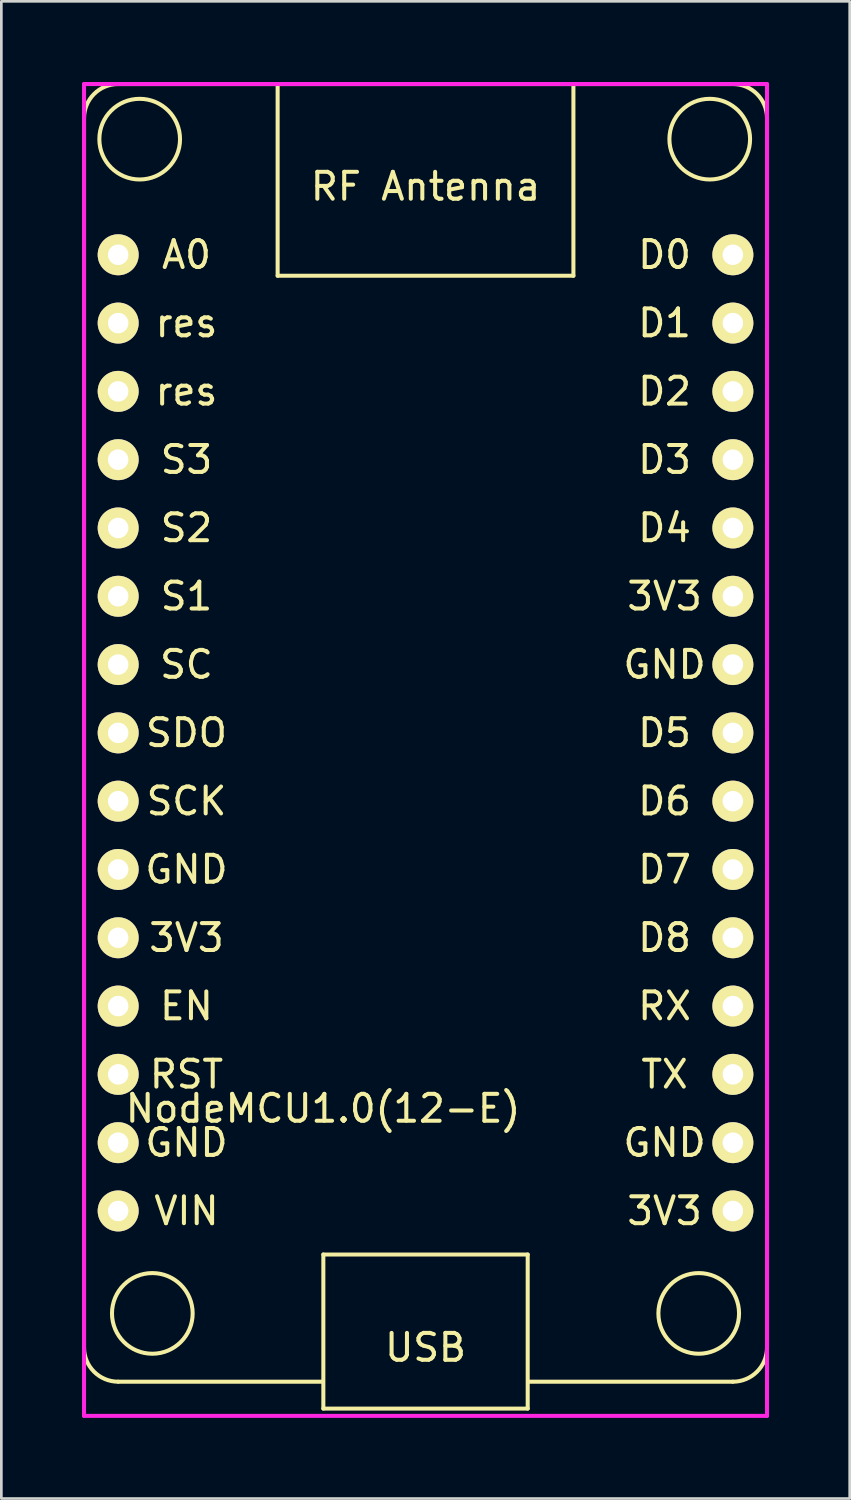
<source format=kicad_pcb>
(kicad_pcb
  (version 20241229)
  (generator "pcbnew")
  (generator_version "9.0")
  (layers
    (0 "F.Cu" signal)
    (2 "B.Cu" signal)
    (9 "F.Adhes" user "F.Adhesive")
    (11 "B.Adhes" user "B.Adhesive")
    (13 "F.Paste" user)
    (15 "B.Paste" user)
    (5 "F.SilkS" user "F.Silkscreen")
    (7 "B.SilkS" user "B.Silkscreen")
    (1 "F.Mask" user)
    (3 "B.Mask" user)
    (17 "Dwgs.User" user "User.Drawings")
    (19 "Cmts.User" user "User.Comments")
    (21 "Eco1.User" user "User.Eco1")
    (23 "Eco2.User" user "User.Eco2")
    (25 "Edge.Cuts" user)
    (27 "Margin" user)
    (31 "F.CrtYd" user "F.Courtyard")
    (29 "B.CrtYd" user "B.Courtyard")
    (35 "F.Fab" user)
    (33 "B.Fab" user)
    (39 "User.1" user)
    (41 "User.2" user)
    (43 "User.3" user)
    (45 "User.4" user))
  (footprint "NodeMCU1.0(12-E)"
    (layer "F.Cu")
    (at 1.345 6.425)
    (property "Reference" "NodeMCU1.0(12-E)" (at 7.62 31.75 0) (layer "F.SilkS") (effects (font (size 1 1) (thickness 0.15))))
    (attr through_hole)
    (fp_line (start -1.27 -5.08) (end -1.27 40.64) (stroke (width 0.15) (type solid)) (layer "F.SilkS"))
    (fp_line (start 5.93 0.78) (end 5.93 -6.35) (stroke (width 0.15) (type solid)) (layer "F.SilkS"))
    (fp_line (start 7.62 41.91) (end 0 41.91) (stroke (width 0.15) (type solid)) (layer "F.SilkS"))
    (fp_line (start 7.63 37.18) (end 15.23 37.18) (stroke (width 0.15) (type solid)) (layer "F.SilkS"))
    (fp_line (start 7.63 42.91) (end 7.63 37.18) (stroke (width 0.15) (type solid)) (layer "F.SilkS"))
    (fp_line (start 15.23 37.18) (end 15.23 42.91) (stroke (width 0.15) (type solid)) (layer "F.SilkS"))
    (fp_line (start 15.23 42.91) (end 7.63 42.91) (stroke (width 0.15) (type solid)) (layer "F.SilkS"))
    (fp_line (start 16.93 -6.35) (end 16.93 0.78) (stroke (width 0.15) (type solid)) (layer "F.SilkS"))
    (fp_line (start 16.93 0.78) (end 5.93 0.78) (stroke (width 0.15) (type solid)) (layer "F.SilkS"))
    (fp_line (start 22.86 -6.35) (end 0 -6.35) (stroke (width 0.15) (type solid)) (layer "F.SilkS"))
    (fp_line (start 22.86 41.91) (end 15.24 41.91) (stroke (width 0.15) (type solid)) (layer "F.SilkS"))
    (fp_line (start 24.13 -5.08) (end 24.13 40.64) (stroke (width 0.15) (type solid)) (layer "F.SilkS"))
    (fp_arc (start -1.27 -5.08) (mid -0.898026 -5.978026) (end 0 -6.35) (stroke (width 0.15) (type solid)) (layer "F.SilkS"))
    (fp_arc (start 0 41.91) (mid -0.898026 41.538026) (end -1.27 40.64) (stroke (width 0.15) (type solid)) (layer "F.SilkS"))
    (fp_arc (start 22.86 -6.35) (mid 23.758026 -5.978026) (end 24.13 -5.08) (stroke (width 0.15) (type solid)) (layer "F.SilkS"))
    (fp_arc (start 24.13 40.64) (mid 23.758026 41.538026) (end 22.86 41.91) (stroke (width 0.15) (type solid)) (layer "F.SilkS"))
    (fp_circle (center 0.8 -4.3) (end 2.3 -4.3) (stroke (width 0.15) (type solid)) (fill no) (layer "F.SilkS"))
    (fp_circle (center 1.27 39.37) (end 2.77 39.37) (stroke (width 0.15) (type solid)) (fill no) (layer "F.SilkS"))
    (fp_circle (center 21.59 39.37) (end 23.09 39.37) (stroke (width 0.15) (type solid)) (fill no) (layer "F.SilkS"))
    (fp_circle (center 22 -4.3) (end 23.5 -4.3) (stroke (width 0.15) (type solid)) (fill no) (layer "F.SilkS"))
    (fp_line (start -1.27 -6.35) (end 24.13 -6.35) (stroke (width 0.15) (type solid)) (layer "F.CrtYd"))
    (fp_line (start -1.27 43.18) (end -1.27 -6.35) (stroke (width 0.15) (type solid)) (layer "F.CrtYd"))
    (fp_line (start 24.13 -6.35) (end 24.13 43.18) (stroke (width 0.15) (type solid)) (layer "F.CrtYd"))
    (fp_line (start 24.13 43.18) (end -1.27 43.18) (stroke (width 0.15) (type solid)) (layer "F.CrtYd"))
    (fp_text user "GND" (at 2.54 22.86 0) (layer "F.SilkS") (effects (font (size 1 1) (thickness 0.15))))
    (fp_text user "D5" (at 20.32 17.78 0) (layer "F.SilkS") (effects (font (size 1 1) (thickness 0.15))))
    (fp_text user "SC" (at 2.54 15.24 0) (layer "F.SilkS") (effects (font (size 1 1) (thickness 0.15))))
    (fp_text user "3V3" (at 20.32 35.56 0) (layer "F.SilkS") (effects (font (size 1 1) (thickness 0.15))))
    (fp_text user "D1" (at 20.32 2.54 0) (layer "F.SilkS") (effects (font (size 1 1) (thickness 0.15))))
    (fp_text user "RX" (at 20.32 27.94 0) (layer "F.SilkS") (effects (font (size 1 1) (thickness 0.15))))
    (fp_text user "3V3" (at 2.54 25.4 0) (layer "F.SilkS") (effects (font (size 1 1) (thickness 0.15))))
    (fp_text user "SDO" (at 2.54 17.78 0) (layer "F.SilkS") (effects (font (size 1 1) (thickness 0.15))))
    (fp_text user "D8" (at 20.32 25.4 0) (layer "F.SilkS") (effects (font (size 1 1) (thickness 0.15))))
    (fp_text user "USB" (at 11.43 40.64 0) (layer "F.SilkS") (effects (font (size 1 1) (thickness 0.15))))
    (fp_text user "D3" (at 20.32 7.62 0) (layer "F.SilkS") (effects (font (size 1 1) (thickness 0.15))))
    (fp_text user "SCK" (at 2.54 20.32 0) (layer "F.SilkS") (effects (font (size 1 1) (thickness 0.15))))
    (fp_text user "TX" (at 20.32 30.48 0) (layer "F.SilkS") (effects (font (size 1 1) (thickness 0.15))))
    (fp_text user "S2" (at 2.54 10.16 0) (layer "F.SilkS") (effects (font (size 1 1) (thickness 0.15))))
    (fp_text user "GND" (at 2.54 33.02 0) (layer "F.SilkS") (effects (font (size 1 1) (thickness 0.15))))
    (fp_text user "D4" (at 20.32 10.16 0) (layer "F.SilkS") (effects (font (size 1 1) (thickness 0.15))))
    (fp_text user "D7" (at 20.32 22.86 0) (layer "F.SilkS") (effects (font (size 1 1) (thickness 0.15))))
    (fp_text user "VIN" (at 2.54 35.56 0) (layer "F.SilkS") (effects (font (size 1 1) (thickness 0.15))))
    (fp_text user "res" (at 2.54 2.54 0) (layer "F.SilkS") (effects (font (size 1 1) (thickness 0.15))))
    (fp_text user "RST" (at 2.54 30.48 0) (layer "F.SilkS") (effects (font (size 1 1) (thickness 0.15))))
    (fp_text user "D0" (at 20.32 0 0) (layer "F.SilkS") (effects (font (size 1 1) (thickness 0.15))))
    (fp_text user "GND" (at 20.32 33.02 0) (layer "F.SilkS") (effects (font (size 1 1) (thickness 0.15))))
    (fp_text user "D6" (at 20.32 20.32 0) (layer "F.SilkS") (effects (font (size 1 1) (thickness 0.15))))
    (fp_text user "EN" (at 2.54 27.94 0) (layer "F.SilkS") (effects (font (size 1 1) (thickness 0.15))))
    (fp_text user "S3" (at 2.54 7.62 0) (layer "F.SilkS") (effects (font (size 1 1) (thickness 0.15))))
    (fp_text user "D2" (at 20.32 5.08 0) (layer "F.SilkS") (effects (font (size 1 1) (thickness 0.15))))
    (fp_text user "3V3" (at 20.32 12.7 0) (layer "F.SilkS") (effects (font (size 1 1) (thickness 0.15))))
    (fp_text user "res" (at 2.54 5.08 0) (layer "F.SilkS") (effects (font (size 1 1) (thickness 0.15))))
    (fp_text user "GND" (at 20.32 15.24 0) (layer "F.SilkS") (effects (font (size 1 1) (thickness 0.15))))
    (fp_text user "A0" (at 2.54 0 0) (layer "F.SilkS") (effects (font (size 1 1) (thickness 0.15))))
    (fp_text user "RF Antenna" (at 11.43 -2.54 0) (layer "F.SilkS") (effects (font (size 1 1) (thickness 0.15))))
    (fp_text user "S1" (at 2.54 12.7 0) (layer "F.SilkS") (effects (font (size 1 1) (thickness 0.15))))
    (pad "1" thru_hole circle (at 0 0) (size 1.524 1.524) (drill 0.762) (layers "*.Cu" "*.Mask" "F.SilkS"))
    (pad "2" thru_hole circle (at 0 2.54) (size 1.524 1.524) (drill 0.762) (layers "*.Cu" "*.Mask" "F.SilkS"))
    (pad "3" thru_hole circle (at 0 5.08) (size 1.524 1.524) (drill 0.762) (layers "*.Cu" "*.Mask" "F.SilkS"))
    (pad "4" thru_hole circle (at 0 7.62) (size 1.524 1.524) (drill 0.762) (layers "*.Cu" "*.Mask" "F.SilkS"))
    (pad "5" thru_hole circle (at 0 10.16) (size 1.524 1.524) (drill 0.762) (layers "*.Cu" "*.Mask" "F.SilkS"))
    (pad "6" thru_hole circle (at 0 12.7) (size 1.524 1.524) (drill 0.762) (layers "*.Cu" "*.Mask" "F.SilkS"))
    (pad "7" thru_hole circle (at 0 15.24) (size 1.524 1.524) (drill 0.762) (layers "*.Cu" "*.Mask" "F.SilkS"))
    (pad "8" thru_hole circle (at 0 17.78) (size 1.524 1.524) (drill 0.762) (layers "*.Cu" "*.Mask" "F.SilkS"))
    (pad "9" thru_hole circle (at 0 20.32) (size 1.524 1.524) (drill 0.762) (layers "*.Cu" "*.Mask" "F.SilkS"))
    (pad "10" thru_hole circle (at 0 22.86) (size 1.524 1.524) (drill 0.762) (layers "*.Cu" "*.Mask" "F.SilkS"))
    (pad "11" thru_hole circle (at 0 25.4) (size 1.524 1.524) (drill 0.762) (layers "*.Cu" "*.Mask" "F.SilkS"))
    (pad "12" thru_hole circle (at 0 27.94) (size 1.524 1.524) (drill 0.762) (layers "*.Cu" "*.Mask" "F.SilkS"))
    (pad "13" thru_hole circle (at 0 30.48) (size 1.524 1.524) (drill 0.762) (layers "*.Cu" "*.Mask" "F.SilkS"))
    (pad "14" thru_hole circle (at 0 33.02) (size 1.524 1.524) (drill 0.762) (layers "*.Cu" "*.Mask" "F.SilkS"))
    (pad "15" thru_hole circle (at 0 35.56) (size 1.524 1.524) (drill 0.762) (layers "*.Cu" "*.Mask" "F.SilkS"))
    (pad "16" thru_hole circle (at 22.86 35.56) (size 1.524 1.524) (drill 0.762) (layers "*.Cu" "*.Mask" "F.SilkS"))
    (pad "17" thru_hole circle (at 22.86 33.02) (size 1.524 1.524) (drill 0.762) (layers "*.Cu" "*.Mask" "F.SilkS"))
    (pad "18" thru_hole circle (at 22.86 30.48) (size 1.524 1.524) (drill 0.762) (layers "*.Cu" "*.Mask" "F.SilkS"))
    (pad "19" thru_hole circle (at 22.86 27.94) (size 1.524 1.524) (drill 0.762) (layers "*.Cu" "*.Mask" "F.SilkS"))
    (pad "20" thru_hole circle (at 22.86 25.4) (size 1.524 1.524) (drill 0.762) (layers "*.Cu" "*.Mask" "F.SilkS"))
    (pad "21" thru_hole circle (at 22.86 22.86) (size 1.524 1.524) (drill 0.762) (layers "*.Cu" "*.Mask" "F.SilkS"))
    (pad "22" thru_hole circle (at 22.86 20.32) (size 1.524 1.524) (drill 0.762) (layers "*.Cu" "*.Mask" "F.SilkS"))
    (pad "23" thru_hole circle (at 22.86 17.78) (size 1.524 1.524) (drill 0.762) (layers "*.Cu" "*.Mask" "F.SilkS"))
    (pad "24" thru_hole circle (at 22.86 15.24) (size 1.524 1.524) (drill 0.762) (layers "*.Cu" "*.Mask" "F.SilkS"))
    (pad "25" thru_hole circle (at 22.86 12.7) (size 1.524 1.524) (drill 0.762) (layers "*.Cu" "*.Mask" "F.SilkS"))
    (pad "26" thru_hole circle (at 22.86 10.16) (size 1.524 1.524) (drill 0.762) (layers "*.Cu" "*.Mask" "F.SilkS"))
    (pad "27" thru_hole circle (at 22.86 7.62) (size 1.524 1.524) (drill 0.762) (layers "*.Cu" "*.Mask" "F.SilkS"))
    (pad "28" thru_hole circle (at 22.86 5.08) (size 1.524 1.524) (drill 0.762) (layers "*.Cu" "*.Mask" "F.SilkS"))
    (pad "29" thru_hole circle (at 22.86 2.54) (size 1.524 1.524) (drill 0.762) (layers "*.Cu" "*.Mask" "F.SilkS"))
    (pad "30" thru_hole circle (at 22.86 0) (size 1.524 1.524) (drill 0.762) (layers "*.Cu" "*.Mask" "F.SilkS")))
  (gr_rect
    (start -3 -3)
    (end 28.55 52.68)
    (stroke (width 0.1) (type default))
    (fill no)
    (layer "Edge.Cuts")))
</source>
